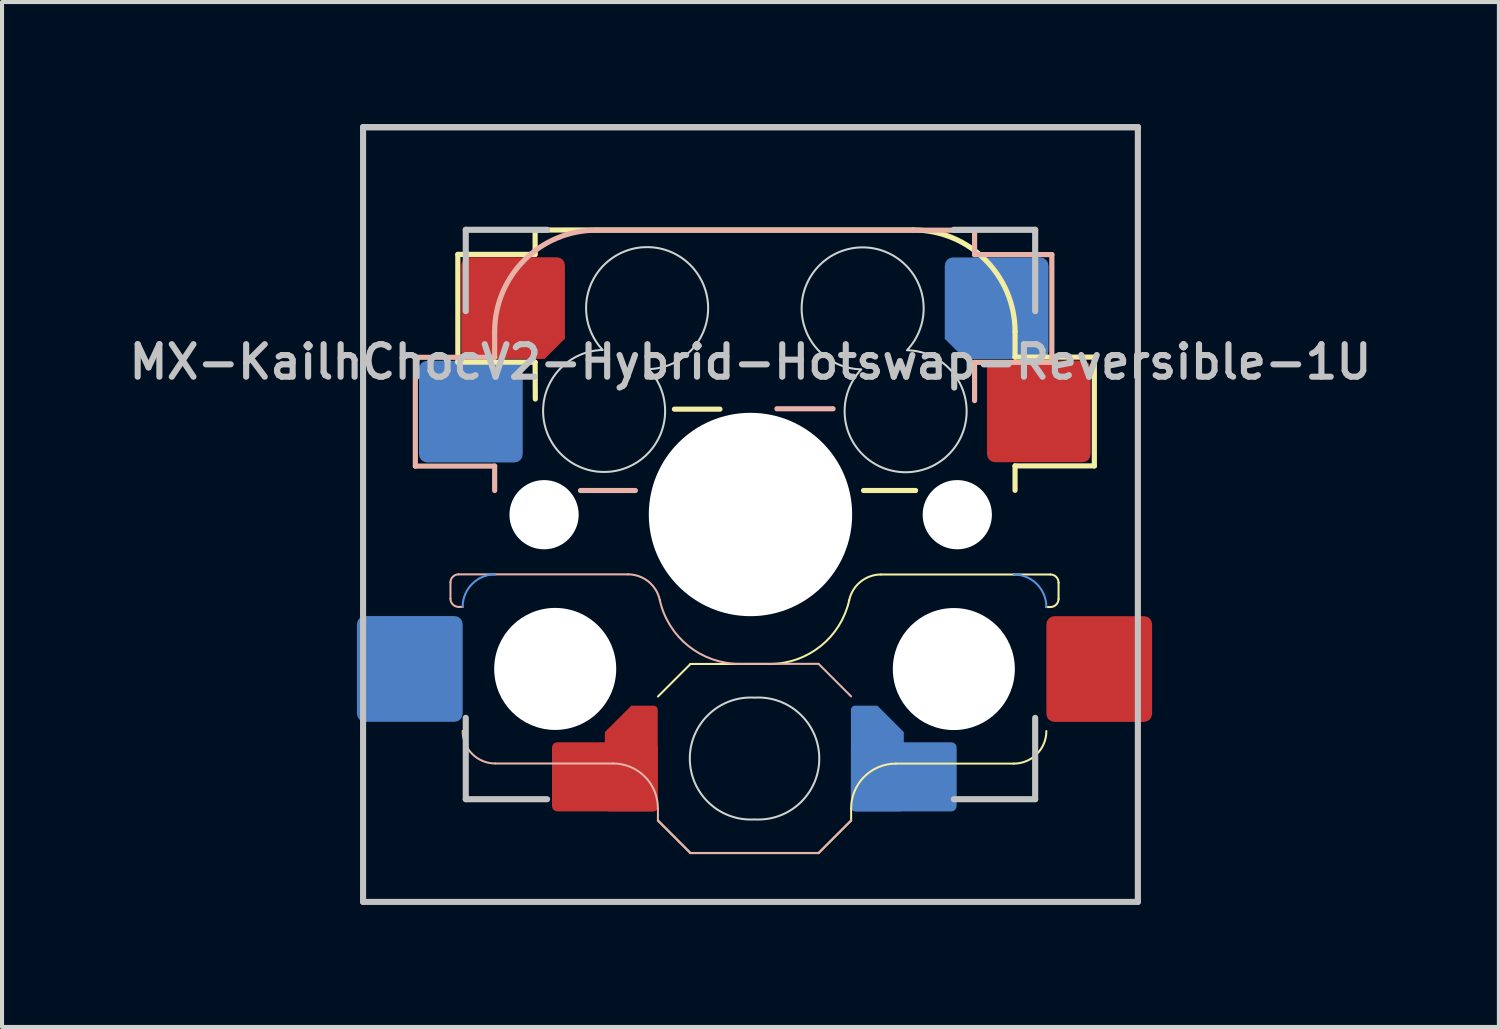
<source format=kicad_pcb>
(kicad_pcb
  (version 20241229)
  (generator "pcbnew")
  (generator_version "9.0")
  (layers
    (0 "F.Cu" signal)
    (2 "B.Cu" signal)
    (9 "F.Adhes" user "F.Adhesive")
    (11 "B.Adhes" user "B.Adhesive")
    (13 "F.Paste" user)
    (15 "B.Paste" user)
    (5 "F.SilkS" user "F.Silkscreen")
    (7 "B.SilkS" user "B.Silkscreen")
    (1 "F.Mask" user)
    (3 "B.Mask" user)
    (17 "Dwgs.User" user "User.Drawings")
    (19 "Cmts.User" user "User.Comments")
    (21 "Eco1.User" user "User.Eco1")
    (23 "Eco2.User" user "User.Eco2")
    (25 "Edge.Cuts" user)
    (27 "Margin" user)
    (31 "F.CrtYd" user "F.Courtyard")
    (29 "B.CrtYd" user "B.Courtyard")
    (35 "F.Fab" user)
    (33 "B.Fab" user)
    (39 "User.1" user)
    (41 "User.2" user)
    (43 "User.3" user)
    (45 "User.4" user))
  (footprint "MX-KailhChocV2-Hybrid-Hotswap-Reversible-1U"
    (layer "F.Cu")
    (at 15.502 9.7)
    (property "Reference" "MX-KailhChocV2-Hybrid-Hotswap-Reversible-1U" (at -0.1 -3.85 180) (layer "Dwgs.User") (effects (font (size 0.8 0.8) (thickness 0.15))))
    (attr smd)
    (fp_line (start -7.295 -6.495) (end -5.395 -6.495) (stroke (width 0.127) (type solid)) (layer "F.SilkS"))
    (fp_line (start -7.295 -3.845) (end -7.295 -6.495) (stroke (width 0.127) (type solid)) (layer "F.SilkS"))
    (fp_line (start -5.395 -6.495) (end -5.395 -7.095) (stroke (width 0.127) (type solid)) (layer "F.SilkS"))
    (fp_line (start -5.395 -3.845) (end -7.295 -3.845) (stroke (width 0.127) (type solid)) (layer "F.SilkS"))
    (fp_line (start -5.395 -3.845) (end -5.39 -2.94) (stroke (width 0.127) (type solid)) (layer "F.SilkS"))
    (fp_line (start -2.375 7.425) (end -1.575 8.225) (stroke (width 0.05) (type default)) (layer "F.SilkS"))
    (fp_line (start -1.97 -2.69) (end -0.85 -2.69) (stroke (width 0.127) (type solid)) (layer "F.SilkS"))
    (fp_line (start -1.575 3.575) (end -2.375 4.375) (stroke (width 0.05) (type default)) (layer "F.SilkS"))
    (fp_line (start -1.575 8.225) (end 1.575 8.225) (stroke (width 0.05) (type default)) (layer "F.SilkS"))
    (fp_line (start 0.375 3.575) (end -1.575 3.575) (stroke (width 0.05) (type default)) (layer "F.SilkS"))
    (fp_line (start 1.575 8.225) (end 2.375 7.425) (stroke (width 0.05) (type default)) (layer "F.SilkS"))
    (fp_line (start 2.375 7.425) (end 2.375 7.136) (stroke (width 0.05) (type default)) (layer "F.SilkS"))
    (fp_line (start 2.68 -0.69) (end 3.96 -0.69) (stroke (width 0.127) (type solid)) (layer "F.SilkS"))
    (fp_line (start 3.475 6.025) (end 6.375 6.025) (stroke (width 0.05) (type default)) (layer "F.SilkS"))
    (fp_line (start 3.905 -7.095) (end -5.395 -7.095) (stroke (width 0.127) (type solid)) (layer "F.SilkS"))
    (fp_line (start 6.375 1.375) (end 3.11 1.375) (stroke (width 0.05) (type default)) (layer "F.SilkS"))
    (fp_line (start 6.375 1.375) (end 7.275 1.375) (stroke (width 0.05) (type default)) (layer "F.SilkS"))
    (fp_line (start 6.405 -3.97) (end 6.405 -4.595) (stroke (width 0.127) (type solid)) (layer "F.SilkS"))
    (fp_line (start 6.405 -1.295) (end 6.405 -0.695) (stroke (width 0.127) (type solid)) (layer "F.SilkS"))
    (fp_line (start 6.405 -1.295) (end 8.355 -1.295) (stroke (width 0.127) (type solid)) (layer "F.SilkS"))
    (fp_line (start 7.275 2.175) (end 7.175 2.175) (stroke (width 0.05) (type default)) (layer "F.SilkS"))
    (fp_line (start 7.475 1.575) (end 7.475 1.975) (stroke (width 0.05) (type default)) (layer "F.SilkS"))
    (fp_line (start 8.355 -3.97) (end 6.405 -3.97) (stroke (width 0.127) (type solid)) (layer "F.SilkS"))
    (fp_line (start 8.355 -1.295) (end 8.355 -3.97) (stroke (width 0.127) (type solid)) (layer "F.SilkS"))
    (fp_arc (start 2.328542 2.003571) (mid 1.628566 3.133387) (end 0.374999 3.575) (stroke (width 0.05) (type default)) (layer "F.SilkS"))
    (fp_arc (start 2.328542 2.003571) (mid 2.608523 1.551656) (end 3.109929 1.375) (stroke (width 0.05) (type default)) (layer "F.SilkS"))
    (fp_arc (start 2.375 7.136481) (mid 2.693162 6.351276) (end 3.475029 6.025) (stroke (width 0.05) (type default)) (layer "F.SilkS"))
    (fp_arc (start 3.905 -7.095) (mid 5.672767 -6.362767) (end 6.405 -4.595) (stroke (width 0.127) (type solid)) (layer "F.SilkS"))
    (fp_arc (start 7.175 5.225) (mid 6.940734 5.790713) (end 6.375029 6.025) (stroke (width 0.05) (type default)) (layer "F.SilkS"))
    (fp_arc (start 7.275 1.375) (mid 7.416429 1.433562) (end 7.475 1.574988) (stroke (width 0.05) (type default)) (layer "F.SilkS"))
    (fp_arc (start 7.475 1.975) (mid 7.41647 2.116449) (end 7.275029 2.175) (stroke (width 0.05) (type default)) (layer "F.SilkS"))
    (fp_line (start -8.34 -3.965) (end -8.34 -1.29) (stroke (width 0.127) (type solid)) (layer "B.SilkS"))
    (fp_line (start -8.34 -1.29) (end -6.39 -1.29) (stroke (width 0.127) (type solid)) (layer "B.SilkS"))
    (fp_line (start -7.476 1.972) (end -7.476 1.572) (stroke (width 0.05) (type default)) (layer "B.SilkS"))
    (fp_line (start -7.276 1.372) (end -6.376 1.372) (stroke (width 0.05) (type default)) (layer "B.SilkS"))
    (fp_line (start -7.176 2.172) (end -7.276 2.172) (stroke (width 0.05) (type default)) (layer "B.SilkS"))
    (fp_line (start -6.39 -4.59) (end -6.39 -3.965) (stroke (width 0.127) (type solid)) (layer "B.SilkS"))
    (fp_line (start -6.39 -3.965) (end -8.34 -3.965) (stroke (width 0.127) (type solid)) (layer "B.SilkS"))
    (fp_line (start -6.39 -0.69) (end -6.39 -1.29) (stroke (width 0.127) (type solid)) (layer "B.SilkS"))
    (fp_line (start -6.376 6.022) (end -3.476 6.022) (stroke (width 0.05) (type default)) (layer "B.SilkS"))
    (fp_line (start -4.28 -0.69) (end -2.93 -0.69) (stroke (width 0.127) (type solid)) (layer "B.SilkS"))
    (fp_line (start -3.111 1.372) (end -6.376 1.372) (stroke (width 0.05) (type default)) (layer "B.SilkS"))
    (fp_line (start -2.376 7.133) (end -2.376 7.422) (stroke (width 0.05) (type default)) (layer "B.SilkS"))
    (fp_line (start -2.376 7.422) (end -1.576 8.222) (stroke (width 0.05) (type default)) (layer "B.SilkS"))
    (fp_line (start -1.576 8.222) (end 1.574 8.222) (stroke (width 0.05) (type default)) (layer "B.SilkS"))
    (fp_line (start 0.55 -2.7) (end 1.93 -2.7) (stroke (width 0.127) (type solid)) (layer "B.SilkS"))
    (fp_line (start 1.574 3.572) (end -0.376 3.572) (stroke (width 0.05) (type default)) (layer "B.SilkS"))
    (fp_line (start 1.574 8.222) (end 2.374 7.422) (stroke (width 0.05) (type default)) (layer "B.SilkS"))
    (fp_line (start 2.374 4.372) (end 1.574 3.572) (stroke (width 0.05) (type default)) (layer "B.SilkS"))
    (fp_line (start 5.41 -7.09) (end -3.89 -7.09) (stroke (width 0.127) (type solid)) (layer "B.SilkS"))
    (fp_line (start 5.41 -7.09) (end 5.41 -6.49) (stroke (width 0.127) (type solid)) (layer "B.SilkS"))
    (fp_line (start 5.41 -6.49) (end 7.31 -6.49) (stroke (width 0.127) (type solid)) (layer "B.SilkS"))
    (fp_line (start 5.41 -2.9) (end 5.41 -3.84) (stroke (width 0.127) (type solid)) (layer "B.SilkS"))
    (fp_line (start 7.31 -6.49) (end 7.31 -3.84) (stroke (width 0.127) (type solid)) (layer "B.SilkS"))
    (fp_line (start 7.31 -3.84) (end 5.41 -3.84) (stroke (width 0.127) (type solid)) (layer "B.SilkS"))
    (fp_arc (start -7.476434 1.571601) (mid -7.417858 1.430167) (end -7.276434 1.371613) (stroke (width 0.05) (type default)) (layer "B.SilkS"))
    (fp_arc (start -7.276463 2.171613) (mid -7.417878 2.113042) (end -7.476434 1.971613) (stroke (width 0.05) (type default)) (layer "B.SilkS"))
    (fp_arc (start -6.39 -4.59) (mid -5.657767 -6.357767) (end -3.89 -7.09) (stroke (width 0.127) (type solid)) (layer "B.SilkS"))
    (fp_arc (start -6.376463 6.021613) (mid -6.942166 5.787325) (end -7.176434 5.221613) (stroke (width 0.05) (type default)) (layer "B.SilkS"))
    (fp_arc (start -3.476463 6.021613) (mid -2.694596 6.34789) (end -2.376434 7.133094) (stroke (width 0.05) (type default)) (layer "B.SilkS"))
    (fp_arc (start -3.111363 1.371613) (mid -2.609957 1.548269) (end -2.329976 2.000184) (stroke (width 0.05) (type default)) (layer "B.SilkS"))
    (fp_arc (start -0.376433 3.571613) (mid -1.63 3.13) (end -2.329976 2.000184) (stroke (width 0.05) (type default)) (layer "B.SilkS"))
    (fp_line (start -9.625 -9.625) (end -9.625 9.425) (stroke (width 0.15) (type solid)) (layer "Dwgs.User"))
    (fp_line (start -9.625 -9.625) (end 9.425 -9.625) (stroke (width 0.15) (type solid)) (layer "Dwgs.User"))
    (fp_line (start -9.625 9.425) (end 9.425 9.425) (stroke (width 0.15) (type solid)) (layer "Dwgs.User"))
    (fp_line (start -7.1 -7.1) (end -7.1 -5.1) (stroke (width 0.15) (type solid)) (layer "Dwgs.User"))
    (fp_line (start -7.1 4.9) (end -7.1 6.9) (stroke (width 0.15) (type solid)) (layer "Dwgs.User"))
    (fp_line (start -7.1 6.9) (end -5.1 6.9) (stroke (width 0.15) (type solid)) (layer "Dwgs.User"))
    (fp_line (start -5.1 -7.1) (end -7.1 -7.1) (stroke (width 0.15) (type solid)) (layer "Dwgs.User"))
    (fp_line (start 6.9 -7.1) (end 4.9 -7.1) (stroke (width 0.15) (type solid)) (layer "Dwgs.User"))
    (fp_line (start 6.9 -5.1) (end 6.9 -7.1) (stroke (width 0.15) (type solid)) (layer "Dwgs.User"))
    (fp_line (start 6.9 4.9) (end 6.9 6.9) (stroke (width 0.15) (type solid)) (layer "Dwgs.User"))
    (fp_line (start 6.9 6.9) (end 4.9 6.9) (stroke (width 0.15) (type solid)) (layer "Dwgs.User"))
    (fp_line (start 9.425 -9.625) (end 9.425 9.425) (stroke (width 0.15) (type solid)) (layer "Dwgs.User"))
    (fp_line (start 9.43 -9.62) (end -9.62 -9.62) (stroke (width 0.15) (type solid)) (layer "Dwgs.User"))
    (fp_arc (start -7.176432 2.171613) (mid -6.942119 1.605926) (end -6.376434 1.371613) (stroke (width 0.05) (type default)) (layer "Cmts.User"))
    (fp_arc (start 6.375 1.375) (mid 6.94069 1.609309) (end 7.174998 2.175) (stroke (width 0.05) (type default)) (layer "Cmts.User"))
    (fp_poly (pts (xy 0.169 4.402) (xy 0.245 4.408) (xy 0.32 4.417) (xy 0.394 4.431) (xy 0.466 4.447) (xy 0.537 4.467) (xy 0.607 4.491) (xy 0.675 4.518) (xy 0.742 4.548) (xy 0.806 4.581) (xy 0.869 4.617) (xy 0.93 4.656) (xy 0.989 4.698) (xy 1.045 4.743) (xy 1.1 4.79) (xy 1.152 4.84) (xy 1.202 4.892) (xy 1.249 4.946) (xy 1.293 5.003) (xy 1.335 5.062) (xy 1.374 5.122) (xy 1.41 5.185) (xy 1.443 5.25) (xy 1.474 5.316) (xy 1.5 5.384) (xy 1.524 5.454) (xy 1.544 5.525) (xy 1.561 5.598) (xy 1.574 5.672) (xy 1.584 5.747) (xy 1.59 5.823) (xy 1.591 5.9) (xy 1.59 5.977) (xy 1.584 6.053) (xy 1.574 6.128) (xy 1.561 6.202) (xy 1.544 6.275) (xy 1.524 6.346) (xy 1.5 6.416) (xy 1.474 6.484) (xy 1.443 6.55) (xy 1.41 6.615) (xy 1.374 6.678) (xy 1.335 6.738) (xy 1.293 6.797) (xy 1.249 6.854) (xy 1.202 6.908) (xy 1.152 6.96) (xy 1.1 7.01) (xy 1.045 7.057) (xy 0.989 7.102) (xy 0.93 7.144) (xy 0.869 7.183) (xy 0.806 7.219) (xy 0.742 7.252) (xy 0.675 7.282) (xy 0.607 7.309) (xy 0.537 7.333) (xy 0.466 7.353) (xy 0.394 7.37) (xy 0.32 7.383) (xy 0.245 7.392) (xy 0.169 7.398) (xy 0.091 7.4) (xy 0.069 7.4) (xy 0.046 7.399) (xy 0.023 7.398) (xy 0.000047 7.397) (xy -0.023 7.398) (xy -0.046 7.399) (xy -0.069 7.4) (xy -0.091 7.4) (xy -0.169 7.398) (xy -0.245 7.392) (xy -0.32 7.383) (xy -0.394 7.37) (xy -0.466 7.353) (xy -0.537 7.333) (xy -0.607 7.309) (xy -0.675 7.282) (xy -0.742 7.252) (xy -0.806 7.219) (xy -0.869 7.183) (xy -0.93 7.144) (xy -0.989 7.102) (xy -1.045 7.057) (xy -1.1 7.01) (xy -1.152 6.96) (xy -1.202 6.908) (xy -1.249 6.854) (xy -1.293 6.797) (xy -1.335 6.738) (xy -1.374 6.678) (xy -1.41 6.615) (xy -1.443 6.55) (xy -1.474 6.484) (xy -1.5 6.416) (xy -1.524 6.346) (xy -1.544 6.275) (xy -1.561 6.202) (xy -1.574 6.128) (xy -1.584 6.053) (xy -1.59 5.977) (xy -1.591 5.9) (xy -1.59 5.823) (xy -1.584 5.747) (xy -1.574 5.672) (xy -1.561 5.598) (xy -1.544 5.525) (xy -1.524 5.454) (xy -1.5 5.384) (xy -1.474 5.316) (xy -1.443 5.25) (xy -1.41 5.185) (xy -1.374 5.122) (xy -1.335 5.062) (xy -1.293 5.003) (xy -1.249 4.946) (xy -1.202 4.892) (xy -1.152 4.84) (xy -1.1 4.79) (xy -1.045 4.743) (xy -0.989 4.698) (xy -0.93 4.656) (xy -0.869 4.617) (xy -0.806 4.581) (xy -0.742 4.548) (xy -0.675 4.518) (xy -0.607 4.491) (xy -0.537 4.467) (xy -0.466 4.447) (xy -0.394 4.431) (xy -0.32 4.417) (xy -0.245 4.408) (xy -0.169 4.402) (xy -0.091 4.4) (xy -0.069 4.4) (xy -0.046 4.401) (xy -0.023 4.402) (xy 0.000047 4.403) (xy 0.023 4.402) (xy 0.046 4.401) (xy 0.069 4.4) (xy 0.091 4.4)) (stroke (width 0.05) (type solid) (color 0 0 255 1)) (fill no) (layer "Edge.Cuts"))
    (fp_poly (pts (xy -2.564 -6.672) (xy -2.488 -6.667) (xy -2.413 -6.657) (xy -2.339 -6.644) (xy -2.267 -6.627) (xy -2.196 -6.607) (xy -2.126 -6.583) (xy -2.058 -6.556) (xy -1.991 -6.526) (xy -1.927 -6.493) (xy -1.864 -6.457) (xy -1.803 -6.418) (xy -1.744 -6.376) (xy -1.688 -6.332) (xy -1.633 -6.284) (xy -1.581 -6.235) (xy -1.531 -6.183) (xy -1.484 -6.128) (xy -1.44 -6.072) (xy -1.398 -6.013) (xy -1.359 -5.952) (xy -1.323 -5.889) (xy -1.289 -5.824) (xy -1.259 -5.758) (xy -1.233 -5.69) (xy -1.209 -5.62) (xy -1.189 -5.549) (xy -1.172 -5.476) (xy -1.159 -5.403) (xy -1.149 -5.328) (xy -1.143 -5.251) (xy -1.141 -5.174) (xy -1.143 -5.098) (xy -1.149 -5.023) (xy -1.158 -4.949) (xy -1.171 -4.876) (xy -1.187 -4.805) (xy -1.207 -4.734) (xy -1.23 -4.665) (xy -1.256 -4.598) (xy -1.286 -4.532) (xy -1.318 -4.468) (xy -1.353 -4.406) (xy -1.391 -4.346) (xy -1.432 -4.287) (xy -1.475 -4.231) (xy -1.521 -4.177) (xy -1.57 -4.125) (xy -1.621 -4.076) (xy -1.674 -4.028) (xy -1.729 -3.984) (xy -1.787 -3.942) (xy -1.846 -3.903) (xy -1.908 -3.866) (xy -1.971 -3.832) (xy -2.036 -3.802) (xy -2.102 -3.774) (xy -2.171 -3.75) (xy -2.24 -3.729) (xy -2.311 -3.711) (xy -2.384 -3.696) (xy -2.457 -3.685) (xy -2.532 -3.678) (xy -2.608 -3.675) (xy -2.561 -3.623) (xy -2.517 -3.57) (xy -2.476 -3.514) (xy -2.437 -3.457) (xy -2.4 -3.397) (xy -2.367 -3.336) (xy -2.336 -3.273) (xy -2.308 -3.209) (xy -2.283 -3.143) (xy -2.261 -3.075) (xy -2.242 -3.007) (xy -2.227 -2.937) (xy -2.215 -2.865) (xy -2.206 -2.793) (xy -2.2 -2.72) (xy -2.199 -2.646) (xy -2.2 -2.569) (xy -2.206 -2.492) (xy -2.216 -2.417) (xy -2.229 -2.344) (xy -2.246 -2.271) (xy -2.266 -2.2) (xy -2.29 -2.13) (xy -2.316 -2.062) (xy -2.347 -1.996) (xy -2.38 -1.931) (xy -2.416 -1.868) (xy -2.455 -1.807) (xy -2.497 -1.748) (xy -2.541 -1.692) (xy -2.588 -1.637) (xy -2.638 -1.585) (xy -2.69 -1.536) (xy -2.745 -1.488) (xy -2.801 -1.444) (xy -2.86 -1.402) (xy -2.921 -1.363) (xy -2.984 -1.327) (xy -3.048 -1.294) (xy -3.115 -1.264) (xy -3.183 -1.237) (xy -3.253 -1.213) (xy -3.324 -1.193) (xy -3.396 -1.176) (xy -3.47 -1.163) (xy -3.545 -1.153) (xy -3.621 -1.148) (xy -3.699 -1.146) (xy -3.776 -1.148) (xy -3.852 -1.153) (xy -3.927 -1.163) (xy -4.001 -1.176) (xy -4.073 -1.193) (xy -4.144 -1.213) (xy -4.214 -1.237) (xy -4.282 -1.264) (xy -4.349 -1.294) (xy -4.413 -1.327) (xy -4.476 -1.363) (xy -4.537 -1.402) (xy -4.596 -1.444) (xy -4.652 -1.488) (xy -4.707 -1.536) (xy -4.759 -1.585) (xy -4.809 -1.637) (xy -4.856 -1.692) (xy -4.9 -1.748) (xy -4.942 -1.807) (xy -4.981 -1.868) (xy -5.017 -1.931) (xy -5.051 -1.996) (xy -5.081 -2.062) (xy -5.107 -2.13) (xy -5.131 -2.2) (xy -5.151 -2.271) (xy -5.168 -2.344) (xy -5.181 -2.417) (xy -5.191 -2.492) (xy -5.197 -2.569) (xy -5.199 -2.646) (xy -5.197 -2.722) (xy -5.191 -2.797) (xy -5.182 -2.871) (xy -5.169 -2.944) (xy -5.153 -3.015) (xy -5.133 -3.086) (xy -5.11 -3.155) (xy -5.084 -3.222) (xy -5.054 -3.288) (xy -5.022 -3.352) (xy -4.987 -3.414) (xy -4.949 -3.474) (xy -4.908 -3.533) (xy -4.865 -3.589) (xy -4.819 -3.643) (xy -4.77 -3.695) (xy -4.719 -3.744) (xy -4.666 -3.792) (xy -4.611 -3.836) (xy -4.553 -3.878) (xy -4.494 -3.917) (xy -4.432 -3.954) (xy -4.369 -3.988) (xy -4.304 -4.018) (xy -4.238 -4.046) (xy -4.169 -4.07) (xy -4.1 -4.091) (xy -4.029 -4.109) (xy -3.956 -4.124) (xy -3.883 -4.134) (xy -3.808 -4.142) (xy -3.732 -4.145) (xy -3.779 -4.197) (xy -3.823 -4.25) (xy -3.864 -4.306) (xy -3.903 -4.363) (xy -3.94 -4.423) (xy -3.973 -4.484) (xy -4.004 -4.547) (xy -4.032 -4.611) (xy -4.057 -4.677) (xy -4.079 -4.745) (xy -4.098 -4.813) (xy -4.113 -4.883) (xy -4.125 -4.954) (xy -4.134 -5.027) (xy -4.14 -5.1) (xy -4.141 -5.174) (xy -4.14 -5.251) (xy -4.134 -5.328) (xy -4.124 -5.403) (xy -4.111 -5.476) (xy -4.094 -5.549) (xy -4.074 -5.62) (xy -4.05 -5.69) (xy -4.024 -5.758) (xy -3.993 -5.824) (xy -3.96 -5.889) (xy -3.924 -5.952) (xy -3.885 -6.013) (xy -3.843 -6.072) (xy -3.799 -6.128) (xy -3.752 -6.183) (xy -3.702 -6.235) (xy -3.65 -6.284) (xy -3.595 -6.332) (xy -3.539 -6.376) (xy -3.48 -6.418) (xy -3.419 -6.457) (xy -3.356 -6.493) (xy -3.292 -6.526) (xy -3.225 -6.556) (xy -3.157 -6.583) (xy -3.087 -6.607) (xy -3.016 -6.627) (xy -2.944 -6.644) (xy -2.87 -6.657) (xy -2.795 -6.667) (xy -2.719 -6.672) (xy -2.641 -6.674)) (stroke (width 0.05) (type solid) (color 0 0 255 1)) (fill no) (layer "Edge.Cuts"))
    (fp_poly (pts (xy 2.581 -6.666) (xy 2.505 -6.66) (xy 2.43 -6.651) (xy 2.356 -6.637) (xy 2.283 -6.621) (xy 2.212 -6.6) (xy 2.142 -6.577) (xy 2.074 -6.55) (xy 2.008 -6.52) (xy 1.943 -6.487) (xy 1.88 -6.451) (xy 1.819 -6.412) (xy 1.761 -6.37) (xy 1.704 -6.325) (xy 1.649 -6.278) (xy 1.597 -6.228) (xy 1.548 -6.176) (xy 1.501 -6.122) (xy 1.456 -6.065) (xy 1.414 -6.006) (xy 1.375 -5.945) (xy 1.339 -5.883) (xy 1.306 -5.818) (xy 1.276 -5.752) (xy 1.249 -5.683) (xy 1.225 -5.614) (xy 1.205 -5.543) (xy 1.188 -5.47) (xy 1.175 -5.396) (xy 1.166 -5.321) (xy 1.16 -5.245) (xy 1.158 -5.168) (xy 1.16 -5.092) (xy 1.165 -5.017) (xy 1.175 -4.943) (xy 1.188 -4.87) (xy 1.204 -4.798) (xy 1.224 -4.728) (xy 1.247 -4.659) (xy 1.273 -4.592) (xy 1.302 -4.526) (xy 1.334 -4.462) (xy 1.369 -4.4) (xy 1.408 -4.339) (xy 1.448 -4.281) (xy 1.492 -4.225) (xy 1.538 -4.171) (xy 1.586 -4.119) (xy 1.637 -4.069) (xy 1.69 -4.022) (xy 1.746 -3.977) (xy 1.803 -3.935) (xy 1.863 -3.896) (xy 1.924 -3.86) (xy 1.987 -3.826) (xy 2.052 -3.795) (xy 2.119 -3.768) (xy 2.187 -3.743) (xy 2.257 -3.722) (xy 2.328 -3.704) (xy 2.4 -3.69) (xy 2.474 -3.679) (xy 2.548 -3.672) (xy 2.624 -3.668) (xy 2.577 -3.617) (xy 2.534 -3.563) (xy 2.492 -3.508) (xy 2.453 -3.45) (xy 2.417 -3.391) (xy 2.383 -3.33) (xy 2.352 -3.267) (xy 2.324 -3.202) (xy 2.299 -3.136) (xy 2.277 -3.069) (xy 2.259 -3) (xy 2.243 -2.93) (xy 2.231 -2.859) (xy 2.222 -2.787) (xy 2.217 -2.714) (xy 2.215 -2.639) (xy 2.217 -2.562) (xy 2.223 -2.486) (xy 2.232 -2.411) (xy 2.245 -2.337) (xy 2.262 -2.265) (xy 2.282 -2.193) (xy 2.306 -2.124) (xy 2.333 -2.056) (xy 2.363 -1.989) (xy 2.396 -1.925) (xy 2.432 -1.862) (xy 2.471 -1.801) (xy 2.513 -1.742) (xy 2.558 -1.685) (xy 2.605 -1.631) (xy 2.654 -1.579) (xy 2.707 -1.529) (xy 2.761 -1.482) (xy 2.818 -1.437) (xy 2.876 -1.396) (xy 2.937 -1.357) (xy 3 -1.32) (xy 3.065 -1.287) (xy 3.131 -1.257) (xy 3.199 -1.23) (xy 3.269 -1.207) (xy 3.34 -1.187) (xy 3.413 -1.17) (xy 3.487 -1.157) (xy 3.562 -1.147) (xy 3.638 -1.141) (xy 3.715 -1.139) (xy 3.792 -1.141) (xy 3.868 -1.147) (xy 3.943 -1.157) (xy 4.017 -1.17) (xy 4.09 -1.187) (xy 4.161 -1.207) (xy 4.23 -1.23) (xy 4.299 -1.257) (xy 4.365 -1.287) (xy 4.43 -1.32) (xy 4.492 -1.357) (xy 4.553 -1.396) (xy 4.612 -1.437) (xy 4.669 -1.482) (xy 4.723 -1.529) (xy 4.775 -1.579) (xy 4.825 -1.631) (xy 4.872 -1.685) (xy 4.917 -1.742) (xy 4.959 -1.801) (xy 4.998 -1.862) (xy 5.034 -1.925) (xy 5.067 -1.989) (xy 5.097 -2.056) (xy 5.124 -2.124) (xy 5.147 -2.193) (xy 5.168 -2.265) (xy 5.184 -2.337) (xy 5.198 -2.411) (xy 5.207 -2.486) (xy 5.213 -2.562) (xy 5.215 -2.639) (xy 5.213 -2.715) (xy 5.207 -2.791) (xy 5.198 -2.865) (xy 5.185 -2.937) (xy 5.169 -3.009) (xy 5.149 -3.079) (xy 5.126 -3.148) (xy 5.1 -3.216) (xy 5.071 -3.281) (xy 5.038 -3.345) (xy 5.003 -3.408) (xy 4.965 -3.468) (xy 4.924 -3.526) (xy 4.881 -3.582) (xy 4.835 -3.637) (xy 4.786 -3.689) (xy 4.736 -3.738) (xy 4.682 -3.785) (xy 4.627 -3.83) (xy 4.57 -3.872) (xy 4.51 -3.911) (xy 4.449 -3.948) (xy 4.386 -3.981) (xy 4.321 -4.012) (xy 4.254 -4.039) (xy 4.186 -4.064) (xy 4.116 -4.085) (xy 4.045 -4.103) (xy 3.973 -4.117) (xy 3.899 -4.128) (xy 3.825 -4.135) (xy 3.749 -4.139) (xy 3.795 -4.19) (xy 3.839 -4.244) (xy 3.881 -4.3) (xy 3.92 -4.357) (xy 3.956 -4.416) (xy 3.99 -4.478) (xy 4.02 -4.54) (xy 4.048 -4.605) (xy 4.073 -4.671) (xy 4.095 -4.738) (xy 4.114 -4.807) (xy 4.13 -4.877) (xy 4.142 -4.948) (xy 4.151 -5.02) (xy 4.156 -5.094) (xy 4.158 -5.168) (xy 4.156 -5.245) (xy 4.15 -5.321) (xy 4.141 -5.396) (xy 4.127 -5.47) (xy 4.111 -5.543) (xy 4.09 -5.614) (xy 4.067 -5.683) (xy 4.04 -5.752) (xy 4.01 -5.818) (xy 3.977 -5.883) (xy 3.941 -5.945) (xy 3.902 -6.006) (xy 3.86 -6.065) (xy 3.815 -6.122) (xy 3.768 -6.176) (xy 3.718 -6.228) (xy 3.666 -6.278) (xy 3.612 -6.325) (xy 3.555 -6.37) (xy 3.496 -6.412) (xy 3.435 -6.451) (xy 3.373 -6.487) (xy 3.308 -6.52) (xy 3.241 -6.55) (xy 3.173 -6.577) (xy 3.104 -6.6) (xy 3.033 -6.621) (xy 2.96 -6.637) (xy 2.886 -6.651) (xy 2.811 -6.66) (xy 2.735 -6.666) (xy 2.658 -6.668)) (stroke (width 0.05) (type solid) (color 0 0 255 1)) (fill no) (layer "Edge.Cuts"))
    (pad "" np_thru_hole circle (at -5.175 -0.095 311.901) (size 1.702 1.702) (drill 1.702) (layers "*.Cu" "*.Mask"))
    (pad "" np_thru_hole circle (at -4.901 3.697) (size 3 3) (drill 3) (layers "*.Cu" "*.Mask"))
    (pad "" np_thru_hole circle (at -0.1 -0.1) (size 5 5) (drill 5.1) (layers "*.Cu" "*.Mask"))
    (pad "" np_thru_hole circle (at 4.9 3.7) (size 3 3) (drill 3) (layers "*.Cu" "*.Mask"))
    (pad "" np_thru_hole circle (at 4.985 -0.095 311.901) (size 1.702 1.702) (drill 1.702) (layers "*.Cu" "*.Mask"))
    (pad "1" smd roundrect (at -8.476 3.697) (size 2.6 2.6) (layers "B.Cu" "B.Mask" "B.Paste") (roundrect_rratio 0.077))
    (pad "1" smd roundrect (at -6.975 -2.63) (size 2.55 2.5) (layers "B.Cu" "B.Mask" "B.Paste") (roundrect_rratio 0.08))
    (pad "1" smd roundrect (at 6.99 -2.635) (size 2.55 2.5) (layers "F.Cu" "F.Mask" "F.Paste") (roundrect_rratio 0.08))
    (pad "1" smd roundrect (at 8.475 3.7) (size 2.6 2.6) (layers "F.Cu" "F.Mask" "F.Paste") (roundrect_rratio 0.077))
    (pad "2" smd roundrect (at -5.937 -5.175) (size 2.55 2.5) (layers "F.Cu" "F.Mask" "F.Paste") (roundrect_rratio 0.08) (chamfer_ratio 0.2) (chamfer bottom_right))
    (pad "2" smd roundrect (at -3.68 6.35) (size 2.6 1.7) (layers "F.Cu" "F.Mask" "F.Paste") (roundrect_rratio 0.077))
    (pad "2" smd roundrect (at -3.03 5.9) (size 1.3 2.6) (layers "F.Cu" "F.Mask" "F.Paste") (roundrect_rratio 0.077) (chamfer_ratio 0.5) (chamfer top_left))
    (pad "2" smd roundrect (at 3.02 5.9) (size 1.3 2.6) (layers "B.Cu" "B.Mask" "B.Paste") (roundrect_rratio 0.077) (chamfer_ratio 0.5) (chamfer top_right))
    (pad "2" smd roundrect (at 3.67 6.35) (size 2.6 1.7) (layers "B.Cu" "B.Mask" "B.Paste") (roundrect_rratio 0.077))
    (pad "2" smd roundrect (at 5.952 -5.17) (size 2.55 2.5) (layers "B.Cu" "B.Mask" "B.Paste") (roundrect_rratio 0.08) (chamfer_ratio 0.2) (chamfer bottom_left)))
  (gr_rect
    (start -3 -3)
    (end 33.804 22.2)
    (stroke (width 0.1) (type default))
    (fill no)
    (layer "Edge.Cuts")))
</source>
